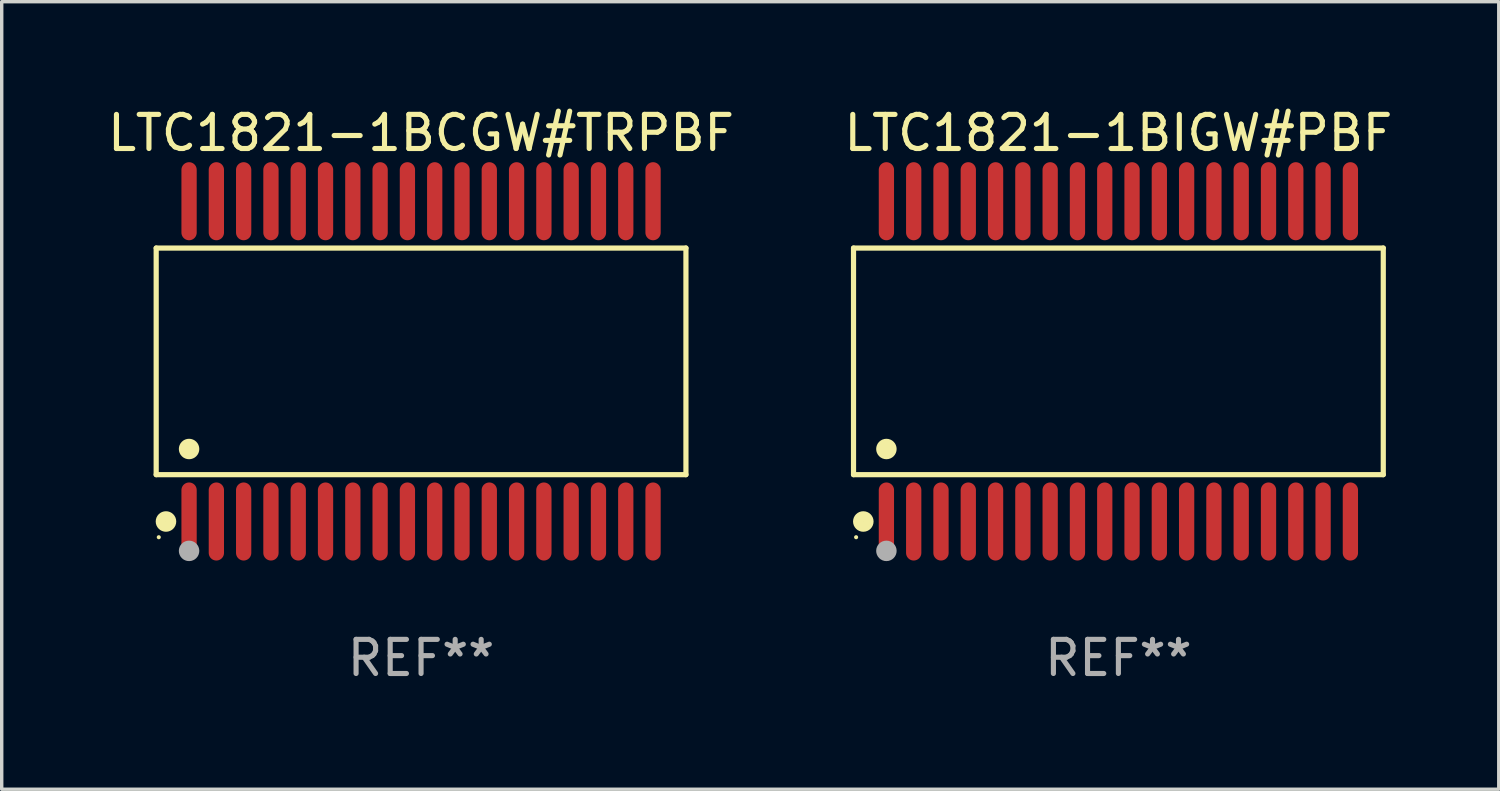
<source format=kicad_pcb>
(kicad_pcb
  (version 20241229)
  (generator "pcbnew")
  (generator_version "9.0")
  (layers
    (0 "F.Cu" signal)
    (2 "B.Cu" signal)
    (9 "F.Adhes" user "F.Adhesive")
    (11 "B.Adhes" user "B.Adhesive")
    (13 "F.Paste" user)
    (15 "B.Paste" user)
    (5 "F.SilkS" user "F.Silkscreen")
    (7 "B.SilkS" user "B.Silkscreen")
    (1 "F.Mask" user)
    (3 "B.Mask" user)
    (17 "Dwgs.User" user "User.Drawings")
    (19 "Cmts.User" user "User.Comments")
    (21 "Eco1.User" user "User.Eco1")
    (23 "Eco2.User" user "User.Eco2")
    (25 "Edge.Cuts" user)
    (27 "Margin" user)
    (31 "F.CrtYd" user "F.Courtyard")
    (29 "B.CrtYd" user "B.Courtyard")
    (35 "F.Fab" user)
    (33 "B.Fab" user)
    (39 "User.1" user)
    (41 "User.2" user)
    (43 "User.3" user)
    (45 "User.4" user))
  (footprint "LTC1821-1BCGW#TRPBF"
    (layer "F.Cu")
    (at 9.292 7.542)
    (property "Reference" "LTC1821-1BCGW#TRPBF" (at 0 -6.694 0) (layer "F.SilkS") (effects (font (size 1 1) (thickness 0.15))))
    (attr through_hole)
    (fp_line (start -7.764 -3.321) (end 7.764 -3.321) (stroke (width 0.152) (type solid)) (layer "F.SilkS"))
    (fp_line (start -7.764 3.321) (end -7.764 -3.321) (stroke (width 0.152) (type solid)) (layer "F.SilkS"))
    (fp_line (start 7.764 -3.321) (end 7.764 3.321) (stroke (width 0.152) (type solid)) (layer "F.SilkS"))
    (fp_line (start 7.764 3.321) (end -7.764 3.321) (stroke (width 0.152) (type solid)) (layer "F.SilkS"))
    (fp_circle (center -7.688 5.155) (end -7.658 5.155) (stroke (width 0.06) (type solid)) (fill no) (layer "F.SilkS"))
    (fp_circle (center -7.477 4.694) (end -7.326 4.694) (stroke (width 0.3) (type solid)) (fill no) (layer "F.SilkS"))
    (fp_circle (center -6.8 2.569) (end -6.65 2.569) (stroke (width 0.3) (type solid)) (fill no) (layer "F.SilkS"))
    (fp_circle (center -6.8 5.555) (end -6.65 5.555) (stroke (width 0.3) (type solid)) (fill no) (layer "F.Fab"))
    (fp_text user "REF**" (at 0 8.694 0) (layer "F.Fab") (effects (font (size 1 1) (thickness 0.15))))
    (pad "1" smd oval (at -6.8 4.694) (size 0.448 2.288) (layers "F.Cu" "F.Mask" "F.Paste"))
    (pad "2" smd oval (at -6 4.694) (size 0.448 2.288) (layers "F.Cu" "F.Mask" "F.Paste"))
    (pad "3" smd oval (at -5.2 4.694) (size 0.448 2.288) (layers "F.Cu" "F.Mask" "F.Paste"))
    (pad "4" smd oval (at -4.4 4.694) (size 0.448 2.288) (layers "F.Cu" "F.Mask" "F.Paste"))
    (pad "5" smd oval (at -3.6 4.694) (size 0.448 2.288) (layers "F.Cu" "F.Mask" "F.Paste"))
    (pad "6" smd oval (at -2.8 4.694) (size 0.448 2.288) (layers "F.Cu" "F.Mask" "F.Paste"))
    (pad "7" smd oval (at -2 4.694) (size 0.448 2.288) (layers "F.Cu" "F.Mask" "F.Paste"))
    (pad "8" smd oval (at -1.2 4.694) (size 0.448 2.288) (layers "F.Cu" "F.Mask" "F.Paste"))
    (pad "9" smd oval (at -0.4 4.694) (size 0.448 2.288) (layers "F.Cu" "F.Mask" "F.Paste"))
    (pad "10" smd oval (at 0.4 4.694) (size 0.448 2.288) (layers "F.Cu" "F.Mask" "F.Paste"))
    (pad "11" smd oval (at 1.2 4.694) (size 0.448 2.288) (layers "F.Cu" "F.Mask" "F.Paste"))
    (pad "12" smd oval (at 2 4.694) (size 0.448 2.288) (layers "F.Cu" "F.Mask" "F.Paste"))
    (pad "13" smd oval (at 2.8 4.694) (size 0.448 2.288) (layers "F.Cu" "F.Mask" "F.Paste"))
    (pad "14" smd oval (at 3.6 4.694) (size 0.448 2.288) (layers "F.Cu" "F.Mask" "F.Paste"))
    (pad "15" smd oval (at 4.4 4.694) (size 0.448 2.288) (layers "F.Cu" "F.Mask" "F.Paste"))
    (pad "16" smd oval (at 5.2 4.694) (size 0.448 2.288) (layers "F.Cu" "F.Mask" "F.Paste"))
    (pad "17" smd oval (at 6 4.694) (size 0.448 2.288) (layers "F.Cu" "F.Mask" "F.Paste"))
    (pad "18" smd oval (at 6.8 4.694) (size 0.448 2.288) (layers "F.Cu" "F.Mask" "F.Paste"))
    (pad "19" smd oval (at 6.8 -4.694) (size 0.448 2.288) (layers "F.Cu" "F.Mask" "F.Paste"))
    (pad "20" smd oval (at 6 -4.694) (size 0.448 2.288) (layers "F.Cu" "F.Mask" "F.Paste"))
    (pad "21" smd oval (at 5.2 -4.694) (size 0.448 2.288) (layers "F.Cu" "F.Mask" "F.Paste"))
    (pad "22" smd oval (at 4.4 -4.694) (size 0.448 2.288) (layers "F.Cu" "F.Mask" "F.Paste"))
    (pad "23" smd oval (at 3.6 -4.694) (size 0.448 2.288) (layers "F.Cu" "F.Mask" "F.Paste"))
    (pad "24" smd oval (at 2.8 -4.694) (size 0.448 2.288) (layers "F.Cu" "F.Mask" "F.Paste"))
    (pad "25" smd oval (at 2 -4.694) (size 0.448 2.288) (layers "F.Cu" "F.Mask" "F.Paste"))
    (pad "26" smd oval (at 1.2 -4.694) (size 0.448 2.288) (layers "F.Cu" "F.Mask" "F.Paste"))
    (pad "27" smd oval (at 0.4 -4.694) (size 0.448 2.288) (layers "F.Cu" "F.Mask" "F.Paste"))
    (pad "28" smd oval (at -0.4 -4.694) (size 0.448 2.288) (layers "F.Cu" "F.Mask" "F.Paste"))
    (pad "29" smd oval (at -1.2 -4.694) (size 0.448 2.288) (layers "F.Cu" "F.Mask" "F.Paste"))
    (pad "30" smd oval (at -2 -4.694) (size 0.448 2.288) (layers "F.Cu" "F.Mask" "F.Paste"))
    (pad "31" smd oval (at -2.8 -4.694) (size 0.448 2.288) (layers "F.Cu" "F.Mask" "F.Paste"))
    (pad "32" smd oval (at -3.6 -4.694) (size 0.448 2.288) (layers "F.Cu" "F.Mask" "F.Paste"))
    (pad "33" smd oval (at -4.4 -4.694) (size 0.448 2.288) (layers "F.Cu" "F.Mask" "F.Paste"))
    (pad "34" smd oval (at -5.2 -4.694) (size 0.448 2.288) (layers "F.Cu" "F.Mask" "F.Paste"))
    (pad "35" smd oval (at -6 -4.694) (size 0.448 2.288) (layers "F.Cu" "F.Mask" "F.Paste"))
    (pad "36" smd oval (at -6.8 -4.694) (size 0.448 2.288) (layers "F.Cu" "F.Mask" "F.Paste")))
  (footprint "LTC1821-1BIGW#PBF"
    (layer "F.Cu")
    (at 29.732 7.542)
    (property "Reference" "LTC1821-1BIGW#PBF" (at 0 -6.694 0) (layer "F.SilkS") (effects (font (size 1 1) (thickness 0.15))))
    (attr through_hole)
    (fp_line (start -7.764 -3.321) (end 7.764 -3.321) (stroke (width 0.152) (type solid)) (layer "F.SilkS"))
    (fp_line (start -7.764 3.321) (end -7.764 -3.321) (stroke (width 0.152) (type solid)) (layer "F.SilkS"))
    (fp_line (start 7.764 -3.321) (end 7.764 3.321) (stroke (width 0.152) (type solid)) (layer "F.SilkS"))
    (fp_line (start 7.764 3.321) (end -7.764 3.321) (stroke (width 0.152) (type solid)) (layer "F.SilkS"))
    (fp_circle (center -7.688 5.155) (end -7.658 5.155) (stroke (width 0.06) (type solid)) (fill no) (layer "F.SilkS"))
    (fp_circle (center -7.477 4.694) (end -7.326 4.694) (stroke (width 0.3) (type solid)) (fill no) (layer "F.SilkS"))
    (fp_circle (center -6.8 2.569) (end -6.65 2.569) (stroke (width 0.3) (type solid)) (fill no) (layer "F.SilkS"))
    (fp_circle (center -6.8 5.555) (end -6.65 5.555) (stroke (width 0.3) (type solid)) (fill no) (layer "F.Fab"))
    (fp_text user "REF**" (at 0 8.694 0) (layer "F.Fab") (effects (font (size 1 1) (thickness 0.15))))
    (pad "1" smd oval (at -6.8 4.694) (size 0.448 2.288) (layers "F.Cu" "F.Mask" "F.Paste"))
    (pad "2" smd oval (at -6 4.694) (size 0.448 2.288) (layers "F.Cu" "F.Mask" "F.Paste"))
    (pad "3" smd oval (at -5.2 4.694) (size 0.448 2.288) (layers "F.Cu" "F.Mask" "F.Paste"))
    (pad "4" smd oval (at -4.4 4.694) (size 0.448 2.288) (layers "F.Cu" "F.Mask" "F.Paste"))
    (pad "5" smd oval (at -3.6 4.694) (size 0.448 2.288) (layers "F.Cu" "F.Mask" "F.Paste"))
    (pad "6" smd oval (at -2.8 4.694) (size 0.448 2.288) (layers "F.Cu" "F.Mask" "F.Paste"))
    (pad "7" smd oval (at -2 4.694) (size 0.448 2.288) (layers "F.Cu" "F.Mask" "F.Paste"))
    (pad "8" smd oval (at -1.2 4.694) (size 0.448 2.288) (layers "F.Cu" "F.Mask" "F.Paste"))
    (pad "9" smd oval (at -0.4 4.694) (size 0.448 2.288) (layers "F.Cu" "F.Mask" "F.Paste"))
    (pad "10" smd oval (at 0.4 4.694) (size 0.448 2.288) (layers "F.Cu" "F.Mask" "F.Paste"))
    (pad "11" smd oval (at 1.2 4.694) (size 0.448 2.288) (layers "F.Cu" "F.Mask" "F.Paste"))
    (pad "12" smd oval (at 2 4.694) (size 0.448 2.288) (layers "F.Cu" "F.Mask" "F.Paste"))
    (pad "13" smd oval (at 2.8 4.694) (size 0.448 2.288) (layers "F.Cu" "F.Mask" "F.Paste"))
    (pad "14" smd oval (at 3.6 4.694) (size 0.448 2.288) (layers "F.Cu" "F.Mask" "F.Paste"))
    (pad "15" smd oval (at 4.4 4.694) (size 0.448 2.288) (layers "F.Cu" "F.Mask" "F.Paste"))
    (pad "16" smd oval (at 5.2 4.694) (size 0.448 2.288) (layers "F.Cu" "F.Mask" "F.Paste"))
    (pad "17" smd oval (at 6 4.694) (size 0.448 2.288) (layers "F.Cu" "F.Mask" "F.Paste"))
    (pad "18" smd oval (at 6.8 4.694) (size 0.448 2.288) (layers "F.Cu" "F.Mask" "F.Paste"))
    (pad "19" smd oval (at 6.8 -4.694) (size 0.448 2.288) (layers "F.Cu" "F.Mask" "F.Paste"))
    (pad "20" smd oval (at 6 -4.694) (size 0.448 2.288) (layers "F.Cu" "F.Mask" "F.Paste"))
    (pad "21" smd oval (at 5.2 -4.694) (size 0.448 2.288) (layers "F.Cu" "F.Mask" "F.Paste"))
    (pad "22" smd oval (at 4.4 -4.694) (size 0.448 2.288) (layers "F.Cu" "F.Mask" "F.Paste"))
    (pad "23" smd oval (at 3.6 -4.694) (size 0.448 2.288) (layers "F.Cu" "F.Mask" "F.Paste"))
    (pad "24" smd oval (at 2.8 -4.694) (size 0.448 2.288) (layers "F.Cu" "F.Mask" "F.Paste"))
    (pad "25" smd oval (at 2 -4.694) (size 0.448 2.288) (layers "F.Cu" "F.Mask" "F.Paste"))
    (pad "26" smd oval (at 1.2 -4.694) (size 0.448 2.288) (layers "F.Cu" "F.Mask" "F.Paste"))
    (pad "27" smd oval (at 0.4 -4.694) (size 0.448 2.288) (layers "F.Cu" "F.Mask" "F.Paste"))
    (pad "28" smd oval (at -0.4 -4.694) (size 0.448 2.288) (layers "F.Cu" "F.Mask" "F.Paste"))
    (pad "29" smd oval (at -1.2 -4.694) (size 0.448 2.288) (layers "F.Cu" "F.Mask" "F.Paste"))
    (pad "30" smd oval (at -2 -4.694) (size 0.448 2.288) (layers "F.Cu" "F.Mask" "F.Paste"))
    (pad "31" smd oval (at -2.8 -4.694) (size 0.448 2.288) (layers "F.Cu" "F.Mask" "F.Paste"))
    (pad "32" smd oval (at -3.6 -4.694) (size 0.448 2.288) (layers "F.Cu" "F.Mask" "F.Paste"))
    (pad "33" smd oval (at -4.4 -4.694) (size 0.448 2.288) (layers "F.Cu" "F.Mask" "F.Paste"))
    (pad "34" smd oval (at -5.2 -4.694) (size 0.448 2.288) (layers "F.Cu" "F.Mask" "F.Paste"))
    (pad "35" smd oval (at -6 -4.694) (size 0.448 2.288) (layers "F.Cu" "F.Mask" "F.Paste"))
    (pad "36" smd oval (at -6.8 -4.694) (size 0.448 2.288) (layers "F.Cu" "F.Mask" "F.Paste")))
  (gr_rect
    (start -3 -3)
    (end 40.881 20.084)
    (stroke (width 0.1) (type default))
    (fill no)
    (layer "Edge.Cuts")))
</source>
